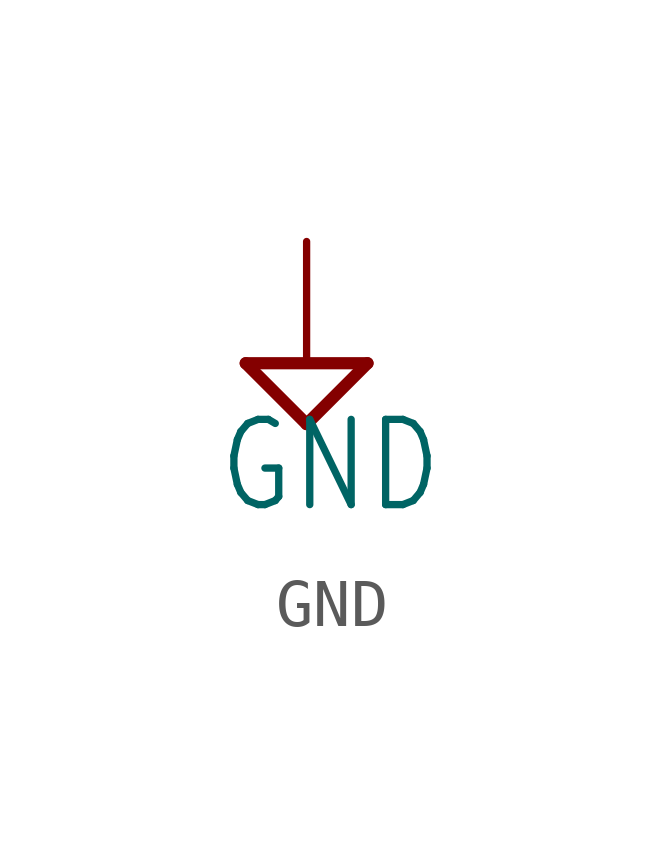
<source format=kicad_sym>
(kicad_symbol_lib
  (version 20220914)
  (generator kicad_symbol_editor)
  (symbol "GND"
    (power)
    (property "Reference" "#SUPPLY"
      (at 0 0 0)
      (effects (font (size 1.27 1.27)) hide))
    (property "Value" "GND"
      (at -1.905 -3.175 0)
      (effects (font (size 1.778 1.511)) (justify left bottom)))
    (property "ki_locked" ""
      (at 0 0 0)
      (effects (font (size 1.27 1.27))))
    (symbol "GND_1_0"
      (polyline (pts (xy -1.27 0) (xy 1.27 0)) (stroke (width 0.254) (type default)) (fill (type none)))
      (polyline (pts (xy 0 -1.27) (xy -1.27 0)) (stroke (width 0.254) (type default)) (fill (type none)))
      (polyline (pts (xy 1.27 0) (xy 0 -1.27)) (stroke (width 0.254) (type default)) (fill (type none)))
      (pin power_in line (at 0 2.54 270) (length 2.54) (name "GND" (effects (font (size 0 0)))) (number "1" (effects (font (size 0 0))))))))
</source>
